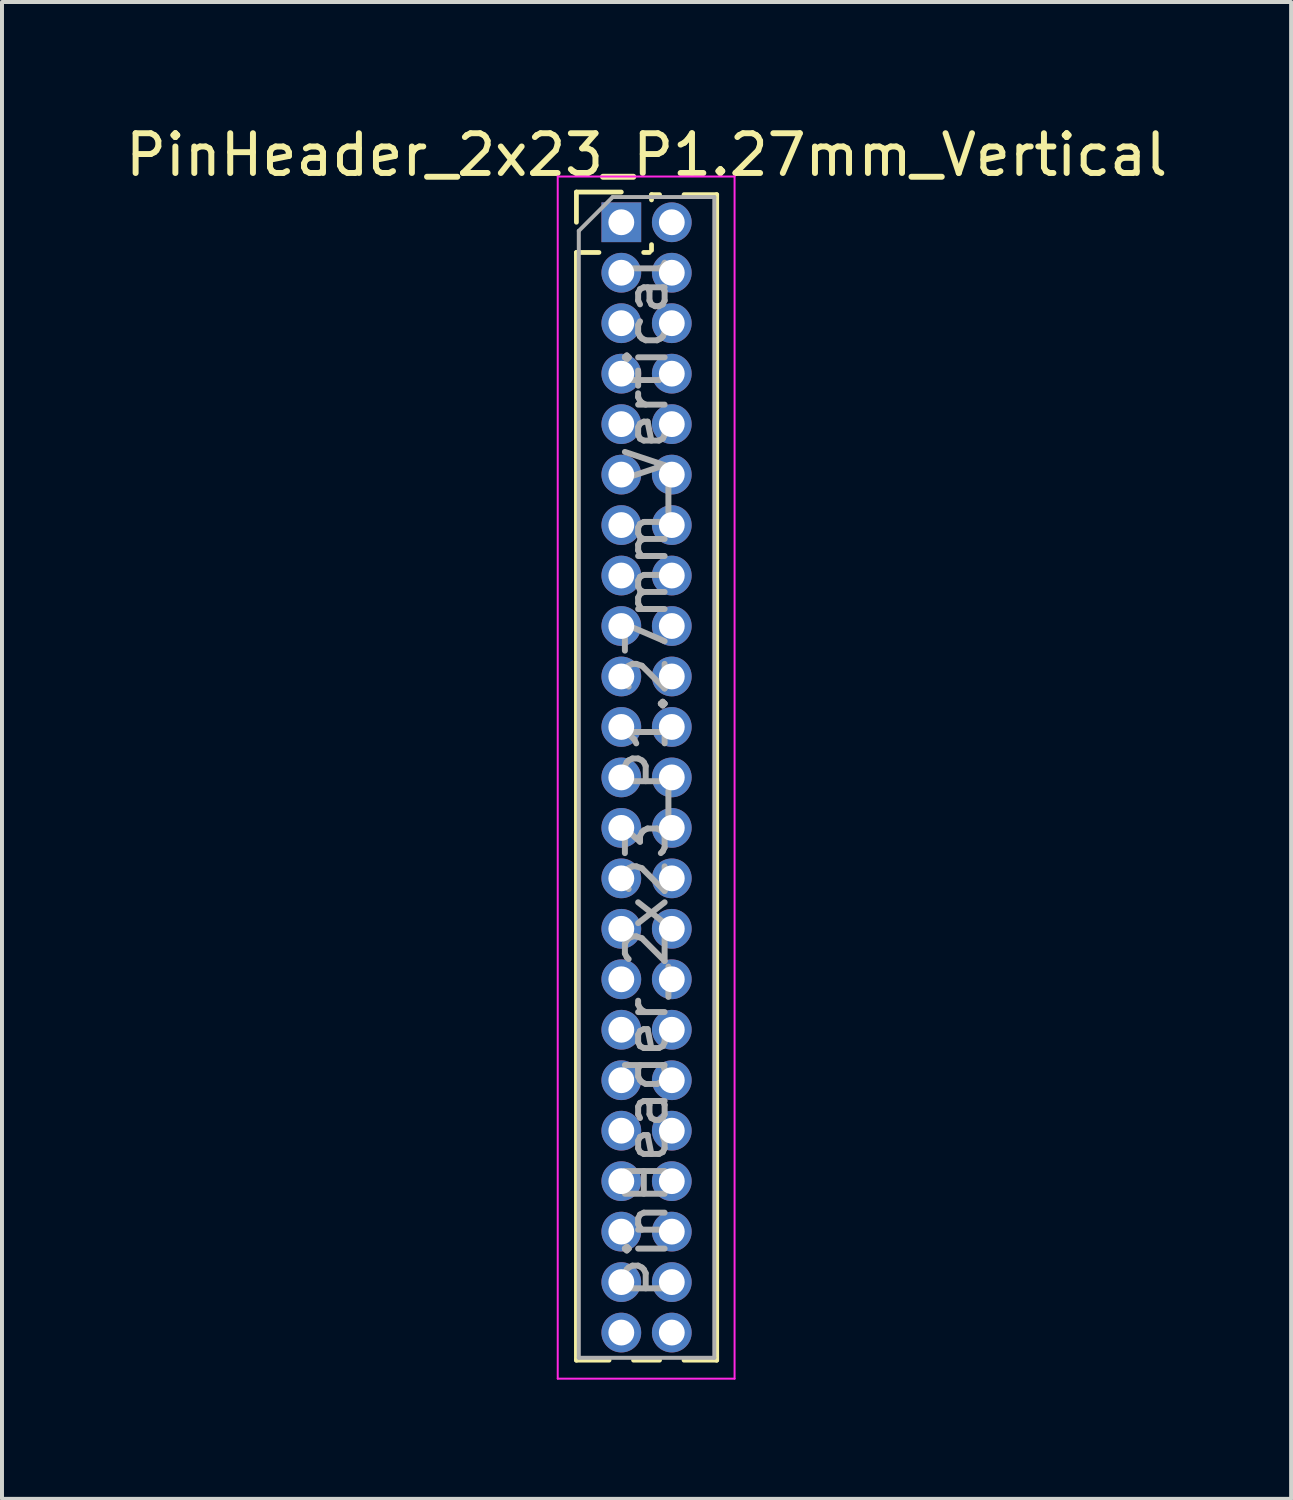
<source format=kicad_pcb>
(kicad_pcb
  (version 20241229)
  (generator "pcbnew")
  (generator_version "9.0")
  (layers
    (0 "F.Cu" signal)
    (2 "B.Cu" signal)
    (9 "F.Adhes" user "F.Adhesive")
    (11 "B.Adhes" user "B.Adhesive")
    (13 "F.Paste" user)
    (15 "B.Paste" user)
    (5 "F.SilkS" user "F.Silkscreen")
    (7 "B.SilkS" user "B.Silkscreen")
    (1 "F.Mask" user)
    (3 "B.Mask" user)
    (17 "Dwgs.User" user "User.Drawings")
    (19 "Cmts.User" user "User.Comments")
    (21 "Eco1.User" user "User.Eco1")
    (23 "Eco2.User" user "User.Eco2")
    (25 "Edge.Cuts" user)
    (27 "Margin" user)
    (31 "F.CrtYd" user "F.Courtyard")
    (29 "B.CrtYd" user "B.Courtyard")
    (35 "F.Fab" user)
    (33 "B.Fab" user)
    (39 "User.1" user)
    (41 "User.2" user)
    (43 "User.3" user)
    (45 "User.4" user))
  (footprint "PinHeader_2x23_P1.27mm_Vertical"
    (layer "F.Cu")
    (at 12.585 2.543)
    (property "Reference" "PinHeader_2x23_P1.27mm_Vertical" (at 0.635 -1.695 0) (layer "F.SilkS") (effects (font (size 1 1) (thickness 0.15))))
    (attr through_hole)
    (fp_line (start -1.13 -0.76) (end 0 -0.76) (stroke (width 0.12) (type solid)) (layer "F.SilkS"))
    (fp_line (start -1.13 0) (end -1.13 -0.76) (stroke (width 0.12) (type solid)) (layer "F.SilkS"))
    (fp_line (start -1.13 0.76) (end -1.13 28.635) (stroke (width 0.12) (type solid)) (layer "F.SilkS"))
    (fp_line (start -1.13 0.76) (end -0.563 0.76) (stroke (width 0.12) (type solid)) (layer "F.SilkS"))
    (fp_line (start -1.13 28.635) (end -0.308 28.635) (stroke (width 0.12) (type solid)) (layer "F.SilkS"))
    (fp_line (start 0.308 28.635) (end 0.962 28.635) (stroke (width 0.12) (type solid)) (layer "F.SilkS"))
    (fp_line (start 0.563 0.76) (end 0.707 0.76) (stroke (width 0.12) (type solid)) (layer "F.SilkS"))
    (fp_line (start 0.76 -0.695) (end 0.962 -0.695) (stroke (width 0.12) (type solid)) (layer "F.SilkS"))
    (fp_line (start 0.76 -0.563) (end 0.76 -0.695) (stroke (width 0.12) (type solid)) (layer "F.SilkS"))
    (fp_line (start 0.76 0.707) (end 0.76 0.563) (stroke (width 0.12) (type solid)) (layer "F.SilkS"))
    (fp_line (start 1.578 -0.695) (end 2.4 -0.695) (stroke (width 0.12) (type solid)) (layer "F.SilkS"))
    (fp_line (start 1.578 28.635) (end 2.4 28.635) (stroke (width 0.12) (type solid)) (layer "F.SilkS"))
    (fp_line (start 2.4 -0.695) (end 2.4 28.635) (stroke (width 0.12) (type solid)) (layer "F.SilkS"))
    (fp_line (start -1.6 -1.15) (end -1.6 29.1) (stroke (width 0.05) (type solid)) (layer "F.CrtYd"))
    (fp_line (start -1.6 29.1) (end 2.85 29.1) (stroke (width 0.05) (type solid)) (layer "F.CrtYd"))
    (fp_line (start 2.85 -1.15) (end -1.6 -1.15) (stroke (width 0.05) (type solid)) (layer "F.CrtYd"))
    (fp_line (start 2.85 29.1) (end 2.85 -1.15) (stroke (width 0.05) (type solid)) (layer "F.CrtYd"))
    (fp_line (start -1.07 0.217) (end -0.217 -0.635) (stroke (width 0.1) (type solid)) (layer "F.Fab"))
    (fp_line (start -1.07 28.575) (end -1.07 0.217) (stroke (width 0.1) (type solid)) (layer "F.Fab"))
    (fp_line (start -0.217 -0.635) (end 2.34 -0.635) (stroke (width 0.1) (type solid)) (layer "F.Fab"))
    (fp_line (start 2.34 -0.635) (end 2.34 28.575) (stroke (width 0.1) (type solid)) (layer "F.Fab"))
    (fp_line (start 2.34 28.575) (end -1.07 28.575) (stroke (width 0.1) (type solid)) (layer "F.Fab"))
    (fp_text user "${REFERENCE}" (at 0.635 13.97 90) (layer "F.Fab") (effects (font (size 1 1) (thickness 0.15))))
    (pad "1" thru_hole rect (at 0 0) (size 1 1) (drill 0.65) (layers "*.Cu" "*.Mask"))
    (pad "2" thru_hole oval (at 1.27 0) (size 1 1) (drill 0.65) (layers "*.Cu" "*.Mask"))
    (pad "3" thru_hole oval (at 0 1.27) (size 1 1) (drill 0.65) (layers "*.Cu" "*.Mask"))
    (pad "4" thru_hole oval (at 1.27 1.27) (size 1 1) (drill 0.65) (layers "*.Cu" "*.Mask"))
    (pad "5" thru_hole oval (at 0 2.54) (size 1 1) (drill 0.65) (layers "*.Cu" "*.Mask"))
    (pad "6" thru_hole oval (at 1.27 2.54) (size 1 1) (drill 0.65) (layers "*.Cu" "*.Mask"))
    (pad "7" thru_hole oval (at 0 3.81) (size 1 1) (drill 0.65) (layers "*.Cu" "*.Mask"))
    (pad "8" thru_hole oval (at 1.27 3.81) (size 1 1) (drill 0.65) (layers "*.Cu" "*.Mask"))
    (pad "9" thru_hole oval (at 0 5.08) (size 1 1) (drill 0.65) (layers "*.Cu" "*.Mask"))
    (pad "10" thru_hole oval (at 1.27 5.08) (size 1 1) (drill 0.65) (layers "*.Cu" "*.Mask"))
    (pad "11" thru_hole oval (at 0 6.35) (size 1 1) (drill 0.65) (layers "*.Cu" "*.Mask"))
    (pad "12" thru_hole oval (at 1.27 6.35) (size 1 1) (drill 0.65) (layers "*.Cu" "*.Mask"))
    (pad "13" thru_hole oval (at 0 7.62) (size 1 1) (drill 0.65) (layers "*.Cu" "*.Mask"))
    (pad "14" thru_hole oval (at 1.27 7.62) (size 1 1) (drill 0.65) (layers "*.Cu" "*.Mask"))
    (pad "15" thru_hole oval (at 0 8.89) (size 1 1) (drill 0.65) (layers "*.Cu" "*.Mask"))
    (pad "16" thru_hole oval (at 1.27 8.89) (size 1 1) (drill 0.65) (layers "*.Cu" "*.Mask"))
    (pad "17" thru_hole oval (at 0 10.16) (size 1 1) (drill 0.65) (layers "*.Cu" "*.Mask"))
    (pad "18" thru_hole oval (at 1.27 10.16) (size 1 1) (drill 0.65) (layers "*.Cu" "*.Mask"))
    (pad "19" thru_hole oval (at 0 11.43) (size 1 1) (drill 0.65) (layers "*.Cu" "*.Mask"))
    (pad "20" thru_hole oval (at 1.27 11.43) (size 1 1) (drill 0.65) (layers "*.Cu" "*.Mask"))
    (pad "21" thru_hole oval (at 0 12.7) (size 1 1) (drill 0.65) (layers "*.Cu" "*.Mask"))
    (pad "22" thru_hole oval (at 1.27 12.7) (size 1 1) (drill 0.65) (layers "*.Cu" "*.Mask"))
    (pad "23" thru_hole oval (at 0 13.97) (size 1 1) (drill 0.65) (layers "*.Cu" "*.Mask"))
    (pad "24" thru_hole oval (at 1.27 13.97) (size 1 1) (drill 0.65) (layers "*.Cu" "*.Mask"))
    (pad "25" thru_hole oval (at 0 15.24) (size 1 1) (drill 0.65) (layers "*.Cu" "*.Mask"))
    (pad "26" thru_hole oval (at 1.27 15.24) (size 1 1) (drill 0.65) (layers "*.Cu" "*.Mask"))
    (pad "27" thru_hole oval (at 0 16.51) (size 1 1) (drill 0.65) (layers "*.Cu" "*.Mask"))
    (pad "28" thru_hole oval (at 1.27 16.51) (size 1 1) (drill 0.65) (layers "*.Cu" "*.Mask"))
    (pad "29" thru_hole oval (at 0 17.78) (size 1 1) (drill 0.65) (layers "*.Cu" "*.Mask"))
    (pad "30" thru_hole oval (at 1.27 17.78) (size 1 1) (drill 0.65) (layers "*.Cu" "*.Mask"))
    (pad "31" thru_hole oval (at 0 19.05) (size 1 1) (drill 0.65) (layers "*.Cu" "*.Mask"))
    (pad "32" thru_hole oval (at 1.27 19.05) (size 1 1) (drill 0.65) (layers "*.Cu" "*.Mask"))
    (pad "33" thru_hole oval (at 0 20.32) (size 1 1) (drill 0.65) (layers "*.Cu" "*.Mask"))
    (pad "34" thru_hole oval (at 1.27 20.32) (size 1 1) (drill 0.65) (layers "*.Cu" "*.Mask"))
    (pad "35" thru_hole oval (at 0 21.59) (size 1 1) (drill 0.65) (layers "*.Cu" "*.Mask"))
    (pad "36" thru_hole oval (at 1.27 21.59) (size 1 1) (drill 0.65) (layers "*.Cu" "*.Mask"))
    (pad "37" thru_hole oval (at 0 22.86) (size 1 1) (drill 0.65) (layers "*.Cu" "*.Mask"))
    (pad "38" thru_hole oval (at 1.27 22.86) (size 1 1) (drill 0.65) (layers "*.Cu" "*.Mask"))
    (pad "39" thru_hole oval (at 0 24.13) (size 1 1) (drill 0.65) (layers "*.Cu" "*.Mask"))
    (pad "40" thru_hole oval (at 1.27 24.13) (size 1 1) (drill 0.65) (layers "*.Cu" "*.Mask"))
    (pad "41" thru_hole oval (at 0 25.4) (size 1 1) (drill 0.65) (layers "*.Cu" "*.Mask"))
    (pad "42" thru_hole oval (at 1.27 25.4) (size 1 1) (drill 0.65) (layers "*.Cu" "*.Mask"))
    (pad "43" thru_hole oval (at 0 26.67) (size 1 1) (drill 0.65) (layers "*.Cu" "*.Mask"))
    (pad "44" thru_hole oval (at 1.27 26.67) (size 1 1) (drill 0.65) (layers "*.Cu" "*.Mask"))
    (pad "45" thru_hole oval (at 0 27.94) (size 1 1) (drill 0.65) (layers "*.Cu" "*.Mask"))
    (pad "46" thru_hole oval (at 1.27 27.94) (size 1 1) (drill 0.65) (layers "*.Cu" "*.Mask")))
  (gr_rect
    (start -3 -3)
    (end 29.44 34.668)
    (stroke (width 0.1) (type default))
    (fill no)
    (layer "Edge.Cuts")))
</source>
